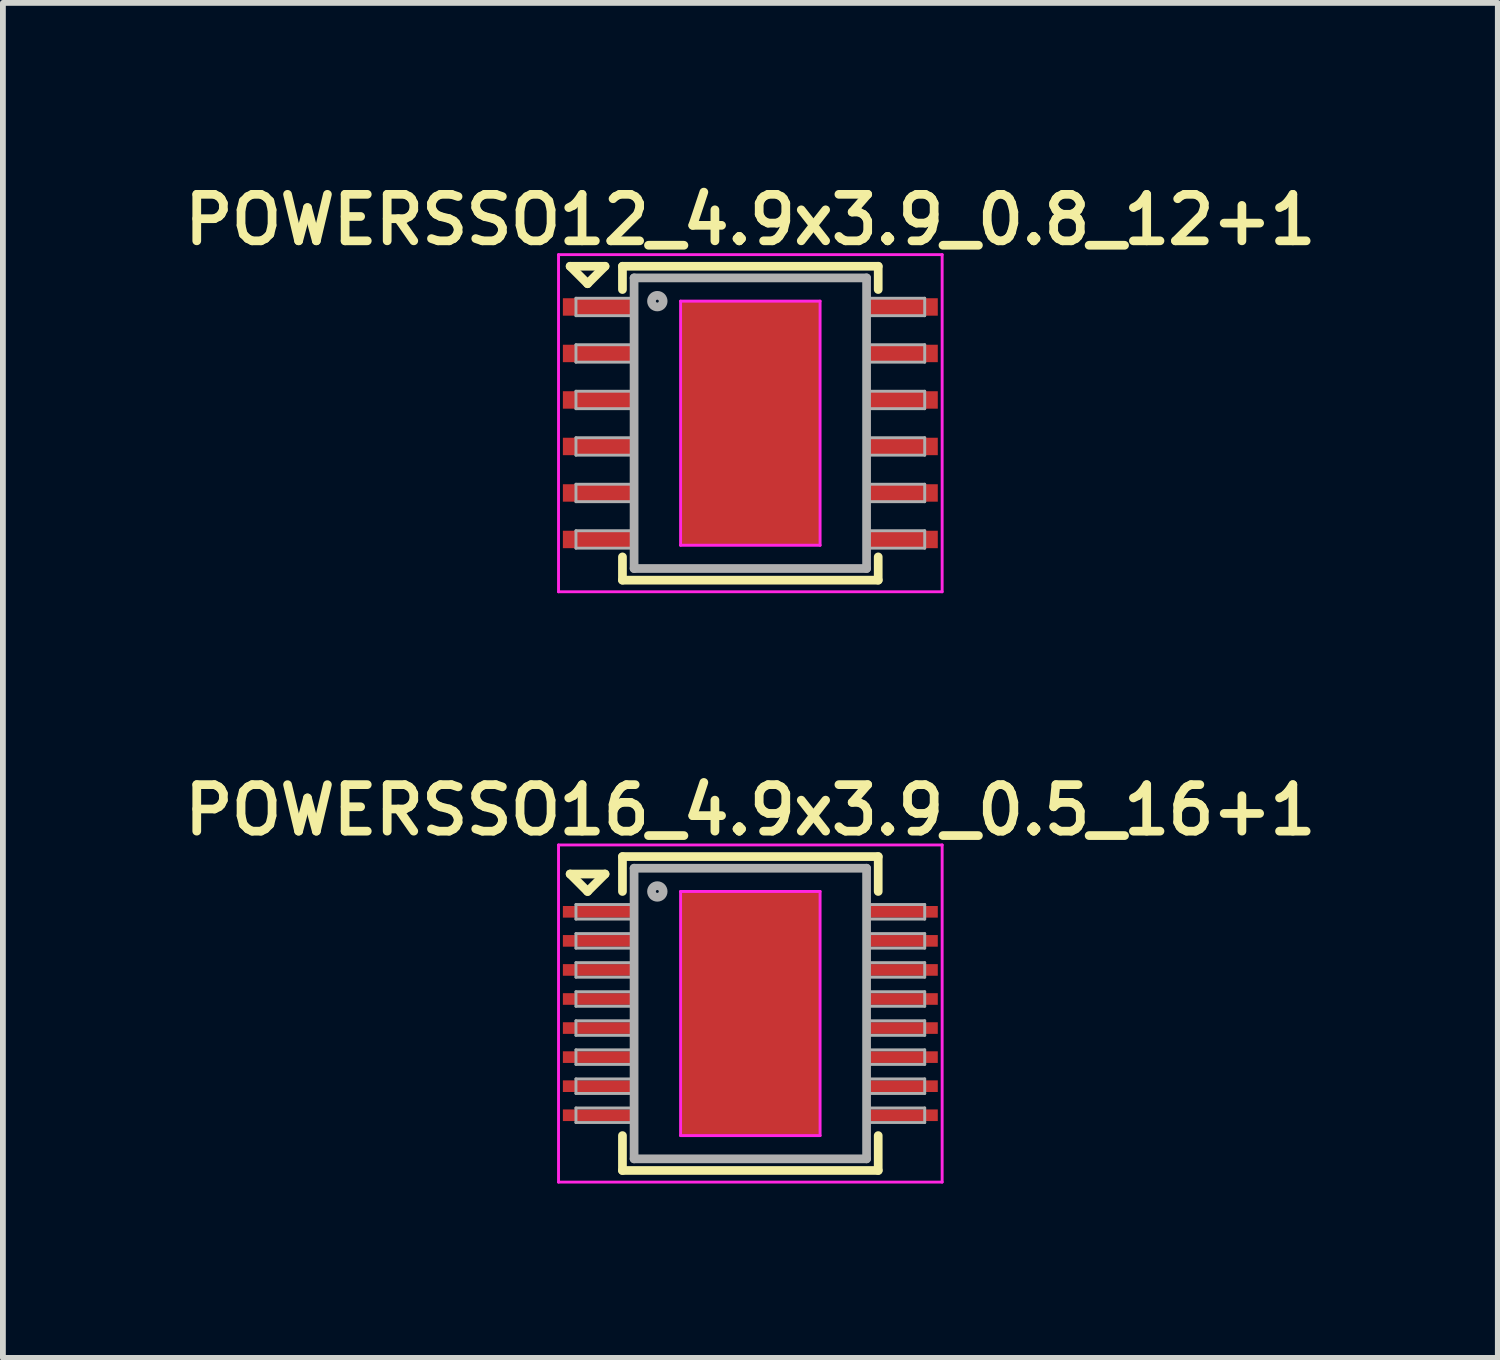
<source format=kicad_pcb>
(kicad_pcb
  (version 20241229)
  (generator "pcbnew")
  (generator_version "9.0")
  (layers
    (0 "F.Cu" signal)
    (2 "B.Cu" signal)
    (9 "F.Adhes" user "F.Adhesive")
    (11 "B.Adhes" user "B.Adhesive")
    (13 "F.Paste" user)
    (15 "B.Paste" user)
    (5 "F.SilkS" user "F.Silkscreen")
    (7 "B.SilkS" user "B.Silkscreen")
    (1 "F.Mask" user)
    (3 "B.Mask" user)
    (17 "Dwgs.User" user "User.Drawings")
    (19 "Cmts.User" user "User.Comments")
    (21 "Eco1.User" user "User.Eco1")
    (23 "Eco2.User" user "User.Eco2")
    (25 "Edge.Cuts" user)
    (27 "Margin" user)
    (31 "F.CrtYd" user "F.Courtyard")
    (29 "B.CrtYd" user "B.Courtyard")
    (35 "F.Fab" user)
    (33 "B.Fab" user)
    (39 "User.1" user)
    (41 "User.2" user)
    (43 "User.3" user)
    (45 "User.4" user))
  (footprint "POWERSSO12_4.9x3.9_0.8_12+1"
    (layer "F.Cu")
    (at 9.859 4.231)
    (property "Reference" "POWERSSO12_4.9x3.9_0.8_12+1" (at 0 -3.5 0) (layer "F.SilkS") (effects (font (size 0.8 0.8) (thickness 0.15))))
    (attr smd)
    (fp_line (start -3.1 -2.7) (end -2.5 -2.7) (stroke (width 0.15) (type solid)) (layer "F.SilkS"))
    (fp_line (start -2.8 -2.4) (end -3.1 -2.7) (stroke (width 0.15) (type solid)) (layer "F.SilkS"))
    (fp_line (start -2.5 -2.7) (end -2.8 -2.4) (stroke (width 0.15) (type solid)) (layer "F.SilkS"))
    (fp_line (start -2.2 -2.7) (end 2.2 -2.7) (stroke (width 0.15) (type solid)) (layer "F.SilkS"))
    (fp_line (start -2.2 -2.3) (end -2.2 -2.7) (stroke (width 0.15) (type solid)) (layer "F.SilkS"))
    (fp_line (start -2.2 2.7) (end -2.2 2.3) (stroke (width 0.15) (type solid)) (layer "F.SilkS"))
    (fp_line (start -2.2 2.7) (end 2.2 2.7) (stroke (width 0.15) (type solid)) (layer "F.SilkS"))
    (fp_line (start 2.2 -2.3) (end 2.2 -2.7) (stroke (width 0.15) (type solid)) (layer "F.SilkS"))
    (fp_line (start 2.2 2.7) (end 2.2 2.3) (stroke (width 0.15) (type solid)) (layer "F.SilkS"))
    (fp_line (start -3.3 -2.9) (end -3.3 2.9) (stroke (width 0.05) (type solid)) (layer "F.CrtYd"))
    (fp_line (start -3.3 2.9) (end 3.3 2.9) (stroke (width 0.05) (type solid)) (layer "F.CrtYd"))
    (fp_line (start -1.2 -2.1) (end 1.2 -2.1) (stroke (width 0.05) (type solid)) (layer "F.CrtYd"))
    (fp_line (start -1.2 2.1) (end -1.2 -2.1) (stroke (width 0.05) (type solid)) (layer "F.CrtYd"))
    (fp_line (start 1.2 -2.1) (end 1.2 2.1) (stroke (width 0.05) (type solid)) (layer "F.CrtYd"))
    (fp_line (start 1.2 2.1) (end -1.2 2.1) (stroke (width 0.05) (type solid)) (layer "F.CrtYd"))
    (fp_line (start 3.3 -2.9) (end -3.3 -2.9) (stroke (width 0.05) (type solid)) (layer "F.CrtYd"))
    (fp_line (start 3.3 2.9) (end 3.3 -2.9) (stroke (width 0.05) (type solid)) (layer "F.CrtYd"))
    (fp_line (start -3 -2.15) (end -3 -1.85) (stroke (width 0.05) (type solid)) (layer "F.Fab"))
    (fp_line (start -3 -1.85) (end -2 -1.85) (stroke (width 0.05) (type solid)) (layer "F.Fab"))
    (fp_line (start -3 -1.35) (end -3 -1.05) (stroke (width 0.05) (type solid)) (layer "F.Fab"))
    (fp_line (start -3 -1.05) (end -2 -1.05) (stroke (width 0.05) (type solid)) (layer "F.Fab"))
    (fp_line (start -3 -0.55) (end -3 -0.25) (stroke (width 0.05) (type solid)) (layer "F.Fab"))
    (fp_line (start -3 -0.25) (end -2 -0.25) (stroke (width 0.05) (type solid)) (layer "F.Fab"))
    (fp_line (start -3 0.25) (end -3 0.55) (stroke (width 0.05) (type solid)) (layer "F.Fab"))
    (fp_line (start -3 0.55) (end -2 0.55) (stroke (width 0.05) (type solid)) (layer "F.Fab"))
    (fp_line (start -3 1.05) (end -3 1.35) (stroke (width 0.05) (type solid)) (layer "F.Fab"))
    (fp_line (start -3 1.35) (end -2 1.35) (stroke (width 0.05) (type solid)) (layer "F.Fab"))
    (fp_line (start -3 1.85) (end -3 2.15) (stroke (width 0.05) (type solid)) (layer "F.Fab"))
    (fp_line (start -3 2.15) (end -2 2.15) (stroke (width 0.05) (type solid)) (layer "F.Fab"))
    (fp_line (start -2 -2.5) (end 2 -2.5) (stroke (width 0.15) (type solid)) (layer "F.Fab"))
    (fp_line (start -2 -2.15) (end -3 -2.15) (stroke (width 0.05) (type solid)) (layer "F.Fab"))
    (fp_line (start -2 -1.35) (end -3 -1.35) (stroke (width 0.05) (type solid)) (layer "F.Fab"))
    (fp_line (start -2 -0.55) (end -3 -0.55) (stroke (width 0.05) (type solid)) (layer "F.Fab"))
    (fp_line (start -2 0.25) (end -3 0.25) (stroke (width 0.05) (type solid)) (layer "F.Fab"))
    (fp_line (start -2 1.05) (end -3 1.05) (stroke (width 0.05) (type solid)) (layer "F.Fab"))
    (fp_line (start -2 1.85) (end -3 1.85) (stroke (width 0.05) (type solid)) (layer "F.Fab"))
    (fp_line (start -2 2.5) (end -2 -2.5) (stroke (width 0.15) (type solid)) (layer "F.Fab"))
    (fp_line (start 2 -2.5) (end 2 2.5) (stroke (width 0.15) (type solid)) (layer "F.Fab"))
    (fp_line (start 2 -1.85) (end 3 -1.85) (stroke (width 0.05) (type solid)) (layer "F.Fab"))
    (fp_line (start 2 -1.05) (end 3 -1.05) (stroke (width 0.05) (type solid)) (layer "F.Fab"))
    (fp_line (start 2 -0.25) (end 3 -0.25) (stroke (width 0.05) (type solid)) (layer "F.Fab"))
    (fp_line (start 2 0.55) (end 3 0.55) (stroke (width 0.05) (type solid)) (layer "F.Fab"))
    (fp_line (start 2 1.35) (end 3 1.35) (stroke (width 0.05) (type solid)) (layer "F.Fab"))
    (fp_line (start 2 2.15) (end 3 2.15) (stroke (width 0.05) (type solid)) (layer "F.Fab"))
    (fp_line (start 2 2.5) (end -2 2.5) (stroke (width 0.15) (type solid)) (layer "F.Fab"))
    (fp_line (start 3 -2.15) (end 2 -2.15) (stroke (width 0.05) (type solid)) (layer "F.Fab"))
    (fp_line (start 3 -1.85) (end 3 -2.15) (stroke (width 0.05) (type solid)) (layer "F.Fab"))
    (fp_line (start 3 -1.35) (end 2 -1.35) (stroke (width 0.05) (type solid)) (layer "F.Fab"))
    (fp_line (start 3 -1.05) (end 3 -1.35) (stroke (width 0.05) (type solid)) (layer "F.Fab"))
    (fp_line (start 3 -0.55) (end 2 -0.55) (stroke (width 0.05) (type solid)) (layer "F.Fab"))
    (fp_line (start 3 -0.25) (end 3 -0.55) (stroke (width 0.05) (type solid)) (layer "F.Fab"))
    (fp_line (start 3 0.25) (end 2 0.25) (stroke (width 0.05) (type solid)) (layer "F.Fab"))
    (fp_line (start 3 0.55) (end 3 0.25) (stroke (width 0.05) (type solid)) (layer "F.Fab"))
    (fp_line (start 3 1.05) (end 2 1.05) (stroke (width 0.05) (type solid)) (layer "F.Fab"))
    (fp_line (start 3 1.35) (end 3 1.05) (stroke (width 0.05) (type solid)) (layer "F.Fab"))
    (fp_line (start 3 1.85) (end 2 1.85) (stroke (width 0.05) (type solid)) (layer "F.Fab"))
    (fp_line (start 3 2.15) (end 3 1.85) (stroke (width 0.05) (type solid)) (layer "F.Fab"))
    (fp_circle (center -1.6 -2.1) (end -1.5 -2.1) (stroke (width 0.15) (type solid)) (fill no) (layer "F.Fab"))
    (pad "1" smd rect (at -2.6 -2) (size 1.25 0.3) (layers "F.Cu" "F.Mask" "F.Paste"))
    (pad "2" smd rect (at -2.6 -1.2) (size 1.25 0.3) (layers "F.Cu" "F.Mask" "F.Paste"))
    (pad "3" smd rect (at -2.6 -0.4) (size 1.25 0.3) (layers "F.Cu" "F.Mask" "F.Paste"))
    (pad "4" smd rect (at -2.6 0.4) (size 1.25 0.3) (layers "F.Cu" "F.Mask" "F.Paste"))
    (pad "5" smd rect (at -2.6 1.2) (size 1.25 0.3) (layers "F.Cu" "F.Mask" "F.Paste"))
    (pad "6" smd rect (at -2.6 2) (size 1.25 0.3) (layers "F.Cu" "F.Mask" "F.Paste"))
    (pad "7" smd rect (at 2.6 2) (size 1.25 0.3) (layers "F.Cu" "F.Mask" "F.Paste"))
    (pad "8" smd rect (at 2.6 1.2) (size 1.25 0.3) (layers "F.Cu" "F.Mask" "F.Paste"))
    (pad "9" smd rect (at 2.6 0.4) (size 1.25 0.3) (layers "F.Cu" "F.Mask" "F.Paste"))
    (pad "10" smd rect (at 2.6 -0.4) (size 1.25 0.3) (layers "F.Cu" "F.Mask" "F.Paste"))
    (pad "11" smd rect (at 2.6 -1.2) (size 1.25 0.3) (layers "F.Cu" "F.Mask" "F.Paste"))
    (pad "12" smd rect (at 2.6 -2) (size 1.25 0.3) (layers "F.Cu" "F.Mask" "F.Paste"))
    (pad "13" smd rect (at 0 0) (size 2.4 4.2) (layers "F.Cu" "F.Mask" "F.Paste")))
  (footprint "POWERSSO16_4.9x3.9_0.5_16+1"
    (layer "F.Cu")
    (at 9.859 14.387)
    (property "Reference" "POWERSSO16_4.9x3.9_0.5_16+1" (at 0 -3.5 0) (layer "F.SilkS") (effects (font (size 0.8 0.8) (thickness 0.15))))
    (attr smd)
    (fp_line (start -3.1 -2.4) (end -2.5 -2.4) (stroke (width 0.15) (type solid)) (layer "F.SilkS"))
    (fp_line (start -2.8 -2.1) (end -3.1 -2.4) (stroke (width 0.15) (type solid)) (layer "F.SilkS"))
    (fp_line (start -2.5 -2.4) (end -2.8 -2.1) (stroke (width 0.15) (type solid)) (layer "F.SilkS"))
    (fp_line (start -2.2 -2.7) (end 2.2 -2.7) (stroke (width 0.15) (type solid)) (layer "F.SilkS"))
    (fp_line (start -2.2 -2.1) (end -2.2 -2.7) (stroke (width 0.15) (type solid)) (layer "F.SilkS"))
    (fp_line (start -2.2 2.7) (end -2.2 2.1) (stroke (width 0.15) (type solid)) (layer "F.SilkS"))
    (fp_line (start -2.2 2.7) (end 2.2 2.7) (stroke (width 0.15) (type solid)) (layer "F.SilkS"))
    (fp_line (start 2.2 -2.1) (end 2.2 -2.7) (stroke (width 0.15) (type solid)) (layer "F.SilkS"))
    (fp_line (start 2.2 2.7) (end 2.2 2.1) (stroke (width 0.15) (type solid)) (layer "F.SilkS"))
    (fp_line (start -3.3 -2.9) (end -3.3 2.9) (stroke (width 0.05) (type solid)) (layer "F.CrtYd"))
    (fp_line (start -3.3 2.9) (end 3.3 2.9) (stroke (width 0.05) (type solid)) (layer "F.CrtYd"))
    (fp_line (start -1.2 -2.1) (end 1.2 -2.1) (stroke (width 0.05) (type solid)) (layer "F.CrtYd"))
    (fp_line (start -1.2 2.1) (end -1.2 -2.1) (stroke (width 0.05) (type solid)) (layer "F.CrtYd"))
    (fp_line (start 1.2 -2.1) (end 1.2 2.1) (stroke (width 0.05) (type solid)) (layer "F.CrtYd"))
    (fp_line (start 1.2 2.1) (end -1.2 2.1) (stroke (width 0.05) (type solid)) (layer "F.CrtYd"))
    (fp_line (start 3.3 -2.9) (end -3.3 -2.9) (stroke (width 0.05) (type solid)) (layer "F.CrtYd"))
    (fp_line (start 3.3 2.9) (end 3.3 -2.9) (stroke (width 0.05) (type solid)) (layer "F.CrtYd"))
    (fp_line (start -3 -1.875) (end -3 -1.625) (stroke (width 0.05) (type solid)) (layer "F.Fab"))
    (fp_line (start -3 -1.625) (end -2 -1.625) (stroke (width 0.05) (type solid)) (layer "F.Fab"))
    (fp_line (start -3 -1.375) (end -3 -1.125) (stroke (width 0.05) (type solid)) (layer "F.Fab"))
    (fp_line (start -3 -1.125) (end -2 -1.125) (stroke (width 0.05) (type solid)) (layer "F.Fab"))
    (fp_line (start -3 -0.875) (end -3 -0.625) (stroke (width 0.05) (type solid)) (layer "F.Fab"))
    (fp_line (start -3 -0.625) (end -2 -0.625) (stroke (width 0.05) (type solid)) (layer "F.Fab"))
    (fp_line (start -3 -0.375) (end -3 -0.125) (stroke (width 0.05) (type solid)) (layer "F.Fab"))
    (fp_line (start -3 -0.125) (end -2 -0.125) (stroke (width 0.05) (type solid)) (layer "F.Fab"))
    (fp_line (start -3 0.125) (end -3 0.375) (stroke (width 0.05) (type solid)) (layer "F.Fab"))
    (fp_line (start -3 0.375) (end -2 0.375) (stroke (width 0.05) (type solid)) (layer "F.Fab"))
    (fp_line (start -3 0.625) (end -3 0.875) (stroke (width 0.05) (type solid)) (layer "F.Fab"))
    (fp_line (start -3 0.875) (end -2 0.875) (stroke (width 0.05) (type solid)) (layer "F.Fab"))
    (fp_line (start -3 1.125) (end -3 1.375) (stroke (width 0.05) (type solid)) (layer "F.Fab"))
    (fp_line (start -3 1.375) (end -2 1.375) (stroke (width 0.05) (type solid)) (layer "F.Fab"))
    (fp_line (start -3 1.625) (end -3 1.875) (stroke (width 0.05) (type solid)) (layer "F.Fab"))
    (fp_line (start -3 1.875) (end -2 1.875) (stroke (width 0.05) (type solid)) (layer "F.Fab"))
    (fp_line (start -2 -2.5) (end 2 -2.5) (stroke (width 0.15) (type solid)) (layer "F.Fab"))
    (fp_line (start -2 -1.875) (end -3 -1.875) (stroke (width 0.05) (type solid)) (layer "F.Fab"))
    (fp_line (start -2 -1.375) (end -3 -1.375) (stroke (width 0.05) (type solid)) (layer "F.Fab"))
    (fp_line (start -2 -0.875) (end -3 -0.875) (stroke (width 0.05) (type solid)) (layer "F.Fab"))
    (fp_line (start -2 -0.375) (end -3 -0.375) (stroke (width 0.05) (type solid)) (layer "F.Fab"))
    (fp_line (start -2 0.125) (end -3 0.125) (stroke (width 0.05) (type solid)) (layer "F.Fab"))
    (fp_line (start -2 0.625) (end -3 0.625) (stroke (width 0.05) (type solid)) (layer "F.Fab"))
    (fp_line (start -2 1.125) (end -3 1.125) (stroke (width 0.05) (type solid)) (layer "F.Fab"))
    (fp_line (start -2 1.625) (end -3 1.625) (stroke (width 0.05) (type solid)) (layer "F.Fab"))
    (fp_line (start -2 2.5) (end -2 -2.5) (stroke (width 0.15) (type solid)) (layer "F.Fab"))
    (fp_line (start 2 -2.5) (end 2 2.5) (stroke (width 0.15) (type solid)) (layer "F.Fab"))
    (fp_line (start 2 -1.625) (end 3 -1.625) (stroke (width 0.05) (type solid)) (layer "F.Fab"))
    (fp_line (start 2 -1.125) (end 3 -1.125) (stroke (width 0.05) (type solid)) (layer "F.Fab"))
    (fp_line (start 2 -0.625) (end 3 -0.625) (stroke (width 0.05) (type solid)) (layer "F.Fab"))
    (fp_line (start 2 -0.125) (end 3 -0.125) (stroke (width 0.05) (type solid)) (layer "F.Fab"))
    (fp_line (start 2 0.375) (end 3 0.375) (stroke (width 0.05) (type solid)) (layer "F.Fab"))
    (fp_line (start 2 0.875) (end 3 0.875) (stroke (width 0.05) (type solid)) (layer "F.Fab"))
    (fp_line (start 2 1.375) (end 3 1.375) (stroke (width 0.05) (type solid)) (layer "F.Fab"))
    (fp_line (start 2 1.875) (end 3 1.875) (stroke (width 0.05) (type solid)) (layer "F.Fab"))
    (fp_line (start 2 2.5) (end -2 2.5) (stroke (width 0.15) (type solid)) (layer "F.Fab"))
    (fp_line (start 3 -1.875) (end 2 -1.875) (stroke (width 0.05) (type solid)) (layer "F.Fab"))
    (fp_line (start 3 -1.625) (end 3 -1.875) (stroke (width 0.05) (type solid)) (layer "F.Fab"))
    (fp_line (start 3 -1.375) (end 2 -1.375) (stroke (width 0.05) (type solid)) (layer "F.Fab"))
    (fp_line (start 3 -1.125) (end 3 -1.375) (stroke (width 0.05) (type solid)) (layer "F.Fab"))
    (fp_line (start 3 -0.875) (end 2 -0.875) (stroke (width 0.05) (type solid)) (layer "F.Fab"))
    (fp_line (start 3 -0.625) (end 3 -0.875) (stroke (width 0.05) (type solid)) (layer "F.Fab"))
    (fp_line (start 3 -0.375) (end 2 -0.375) (stroke (width 0.05) (type solid)) (layer "F.Fab"))
    (fp_line (start 3 -0.125) (end 3 -0.375) (stroke (width 0.05) (type solid)) (layer "F.Fab"))
    (fp_line (start 3 0.125) (end 2 0.125) (stroke (width 0.05) (type solid)) (layer "F.Fab"))
    (fp_line (start 3 0.375) (end 3 0.125) (stroke (width 0.05) (type solid)) (layer "F.Fab"))
    (fp_line (start 3 0.625) (end 2 0.625) (stroke (width 0.05) (type solid)) (layer "F.Fab"))
    (fp_line (start 3 0.875) (end 3 0.625) (stroke (width 0.05) (type solid)) (layer "F.Fab"))
    (fp_line (start 3 1.125) (end 2 1.125) (stroke (width 0.05) (type solid)) (layer "F.Fab"))
    (fp_line (start 3 1.375) (end 3 1.125) (stroke (width 0.05) (type solid)) (layer "F.Fab"))
    (fp_line (start 3 1.625) (end 2 1.625) (stroke (width 0.05) (type solid)) (layer "F.Fab"))
    (fp_line (start 3 1.875) (end 3 1.625) (stroke (width 0.05) (type solid)) (layer "F.Fab"))
    (fp_circle (center -1.6 -2.1) (end -1.5 -2.1) (stroke (width 0.15) (type solid)) (fill no) (layer "F.Fab"))
    (pad "1" smd rect (at -2.6 -1.75) (size 1.25 0.2) (layers "F.Cu" "F.Mask" "F.Paste"))
    (pad "2" smd rect (at -2.6 -1.25) (size 1.25 0.2) (layers "F.Cu" "F.Mask" "F.Paste"))
    (pad "3" smd rect (at -2.6 -0.75) (size 1.25 0.2) (layers "F.Cu" "F.Mask" "F.Paste"))
    (pad "4" smd rect (at -2.6 -0.25) (size 1.25 0.2) (layers "F.Cu" "F.Mask" "F.Paste"))
    (pad "5" smd rect (at -2.6 0.25) (size 1.25 0.2) (layers "F.Cu" "F.Mask" "F.Paste"))
    (pad "6" smd rect (at -2.6 0.75) (size 1.25 0.2) (layers "F.Cu" "F.Mask" "F.Paste"))
    (pad "7" smd rect (at -2.6 1.25) (size 1.25 0.2) (layers "F.Cu" "F.Mask" "F.Paste"))
    (pad "8" smd rect (at -2.6 1.75) (size 1.25 0.2) (layers "F.Cu" "F.Mask" "F.Paste"))
    (pad "9" smd rect (at 2.6 1.75) (size 1.25 0.2) (layers "F.Cu" "F.Mask" "F.Paste"))
    (pad "10" smd rect (at 2.6 1.25) (size 1.25 0.2) (layers "F.Cu" "F.Mask" "F.Paste"))
    (pad "11" smd rect (at 2.6 0.75) (size 1.25 0.2) (layers "F.Cu" "F.Mask" "F.Paste"))
    (pad "12" smd rect (at 2.6 0.25) (size 1.25 0.2) (layers "F.Cu" "F.Mask" "F.Paste"))
    (pad "13" smd rect (at 2.6 -0.25) (size 1.25 0.2) (layers "F.Cu" "F.Mask" "F.Paste"))
    (pad "14" smd rect (at 2.6 -0.75) (size 1.25 0.2) (layers "F.Cu" "F.Mask" "F.Paste"))
    (pad "15" smd rect (at 2.6 -1.25) (size 1.25 0.2) (layers "F.Cu" "F.Mask" "F.Paste"))
    (pad "16" smd rect (at 2.6 -1.75) (size 1.25 0.2) (layers "F.Cu" "F.Mask" "F.Paste"))
    (pad "17" smd rect (at 0 0) (size 2.4 4.2) (layers "F.Cu" "F.Mask" "F.Paste")))
  (gr_rect
    (start -3 -3)
    (end 22.719 20.312)
    (stroke (width 0.1) (type default))
    (fill no)
    (layer "Edge.Cuts")))
</source>
